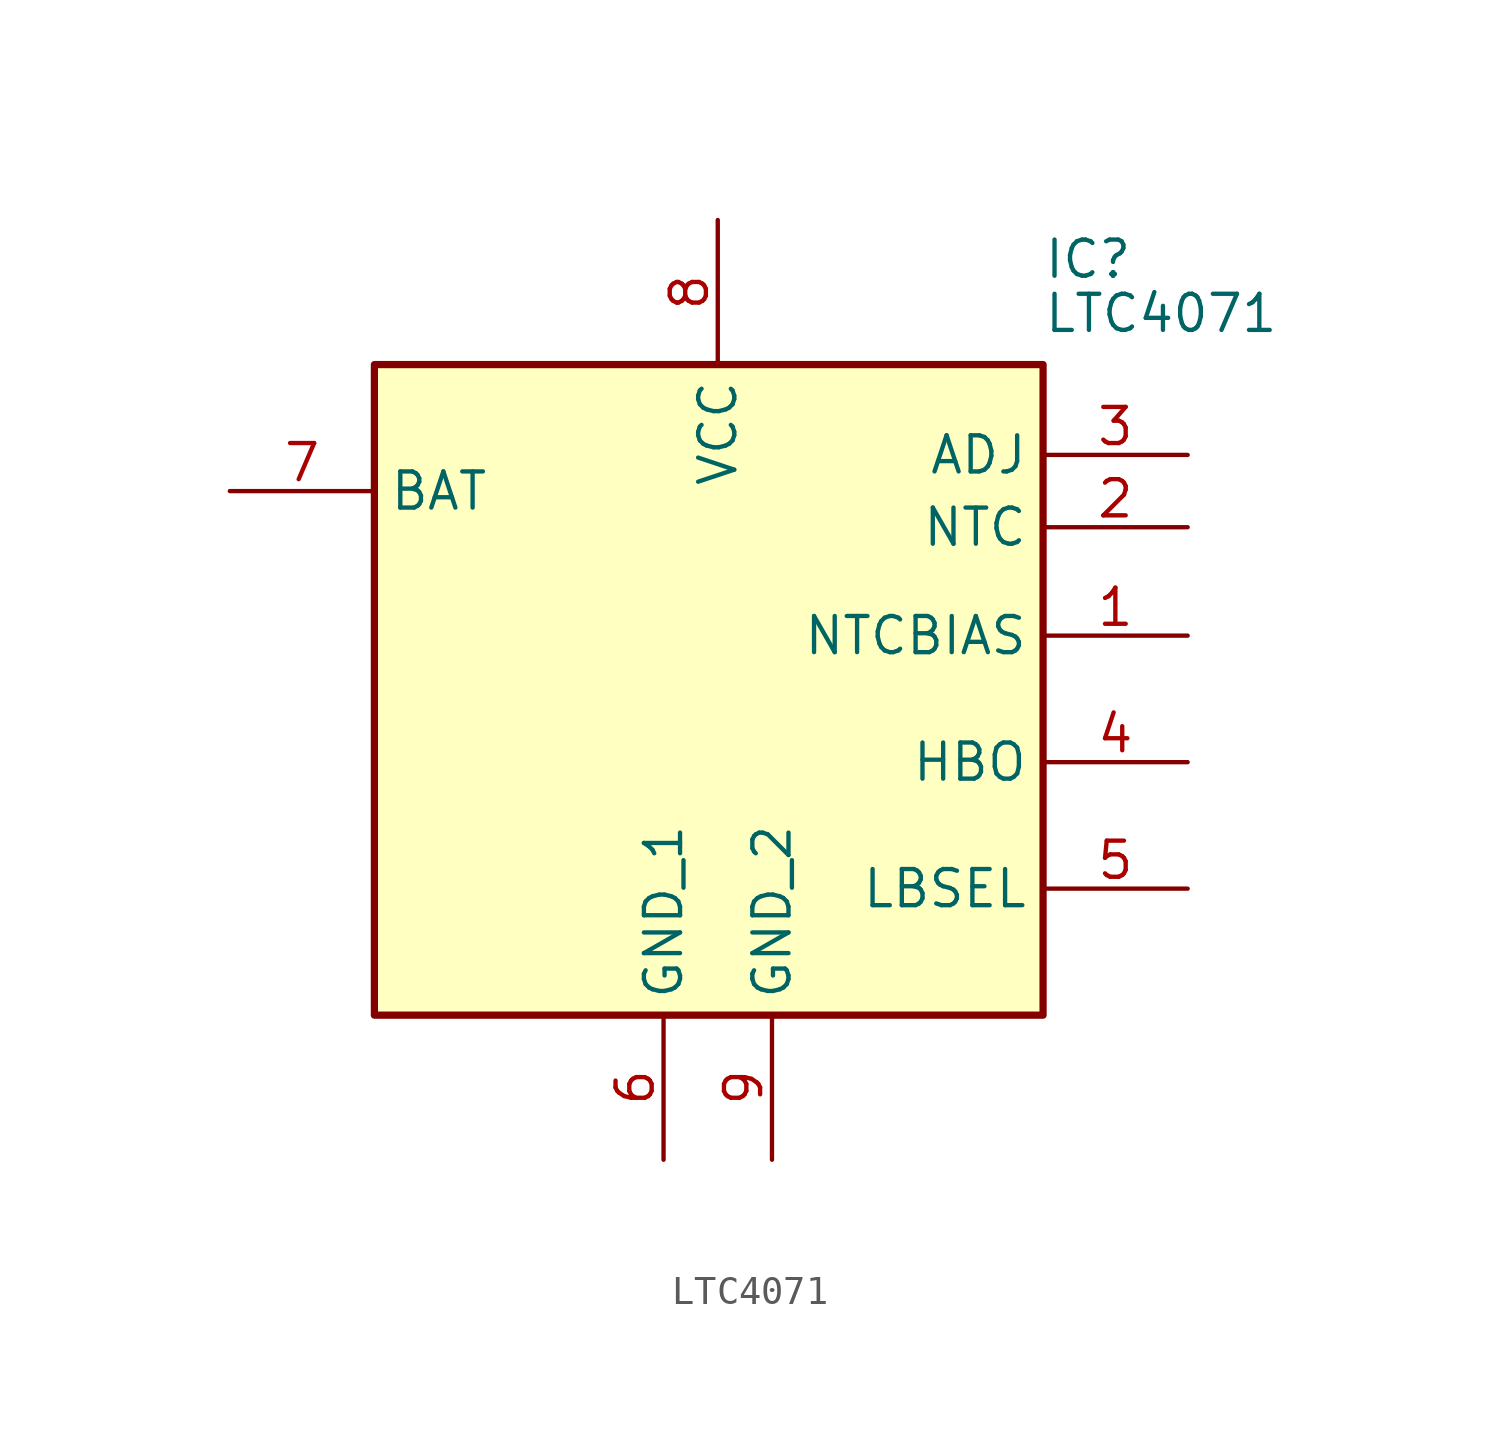
<source format=kicad_sym>
(kicad_symbol_lib
  (version 20220914)
  (generator kicad_symbol_editor)
  (symbol "LTC4071"
    (property "Reference" "IC"
      (at 23.495 4.445 0)
      (effects (font (size 1.27 1.27)) (justify left top)))
    (property "Value" "LTC4071"
      (at 23.495 2.54 0)
      (effects (font (size 1.27 1.27)) (justify left top)))
    (symbol "LTC4071_1_1"
      (rectangle (start 0 0) (end 23.495 -22.86) (stroke (width 0.254) (type default)) (fill (type background)))
      (pin passive line (at 28.575 -9.525 180) (length 5.08) (name "NTCBIAS" (effects (font (size 1.27 1.27)))) (number "1" (effects (font (size 1.27 1.27)))))
      (pin passive line (at 28.575 -5.715 180) (length 5.08) (name "NTC" (effects (font (size 1.27 1.27)))) (number "2" (effects (font (size 1.27 1.27)))))
      (pin passive line (at 28.575 -3.175 180) (length 5.08) (name "ADJ" (effects (font (size 1.27 1.27)))) (number "3" (effects (font (size 1.27 1.27)))))
      (pin passive line (at 28.575 -13.97 180) (length 5.08) (name "HBO" (effects (font (size 1.27 1.27)))) (number "4" (effects (font (size 1.27 1.27)))))
      (pin passive line (at 28.575 -18.415 180) (length 5.08) (name "LBSEL" (effects (font (size 1.27 1.27)))) (number "5" (effects (font (size 1.27 1.27)))))
      (pin passive line (at 10.16 -27.94 90) (length 5.08) (name "GND_1" (effects (font (size 1.27 1.27)))) (number "6" (effects (font (size 1.27 1.27)))))
      (pin passive line (at -5.08 -4.445 0) (length 5.08) (name "BAT" (effects (font (size 1.27 1.27)))) (number "7" (effects (font (size 1.27 1.27)))))
      (pin passive line (at 12.065 5.08 270) (length 5.08) (name "VCC" (effects (font (size 1.27 1.27)))) (number "8" (effects (font (size 1.27 1.27)))))
      (pin passive line (at 13.97 -27.94 90) (length 5.08) (name "GND_2" (effects (font (size 1.27 1.27)))) (number "9" (effects (font (size 1.27 1.27))))))))
</source>
